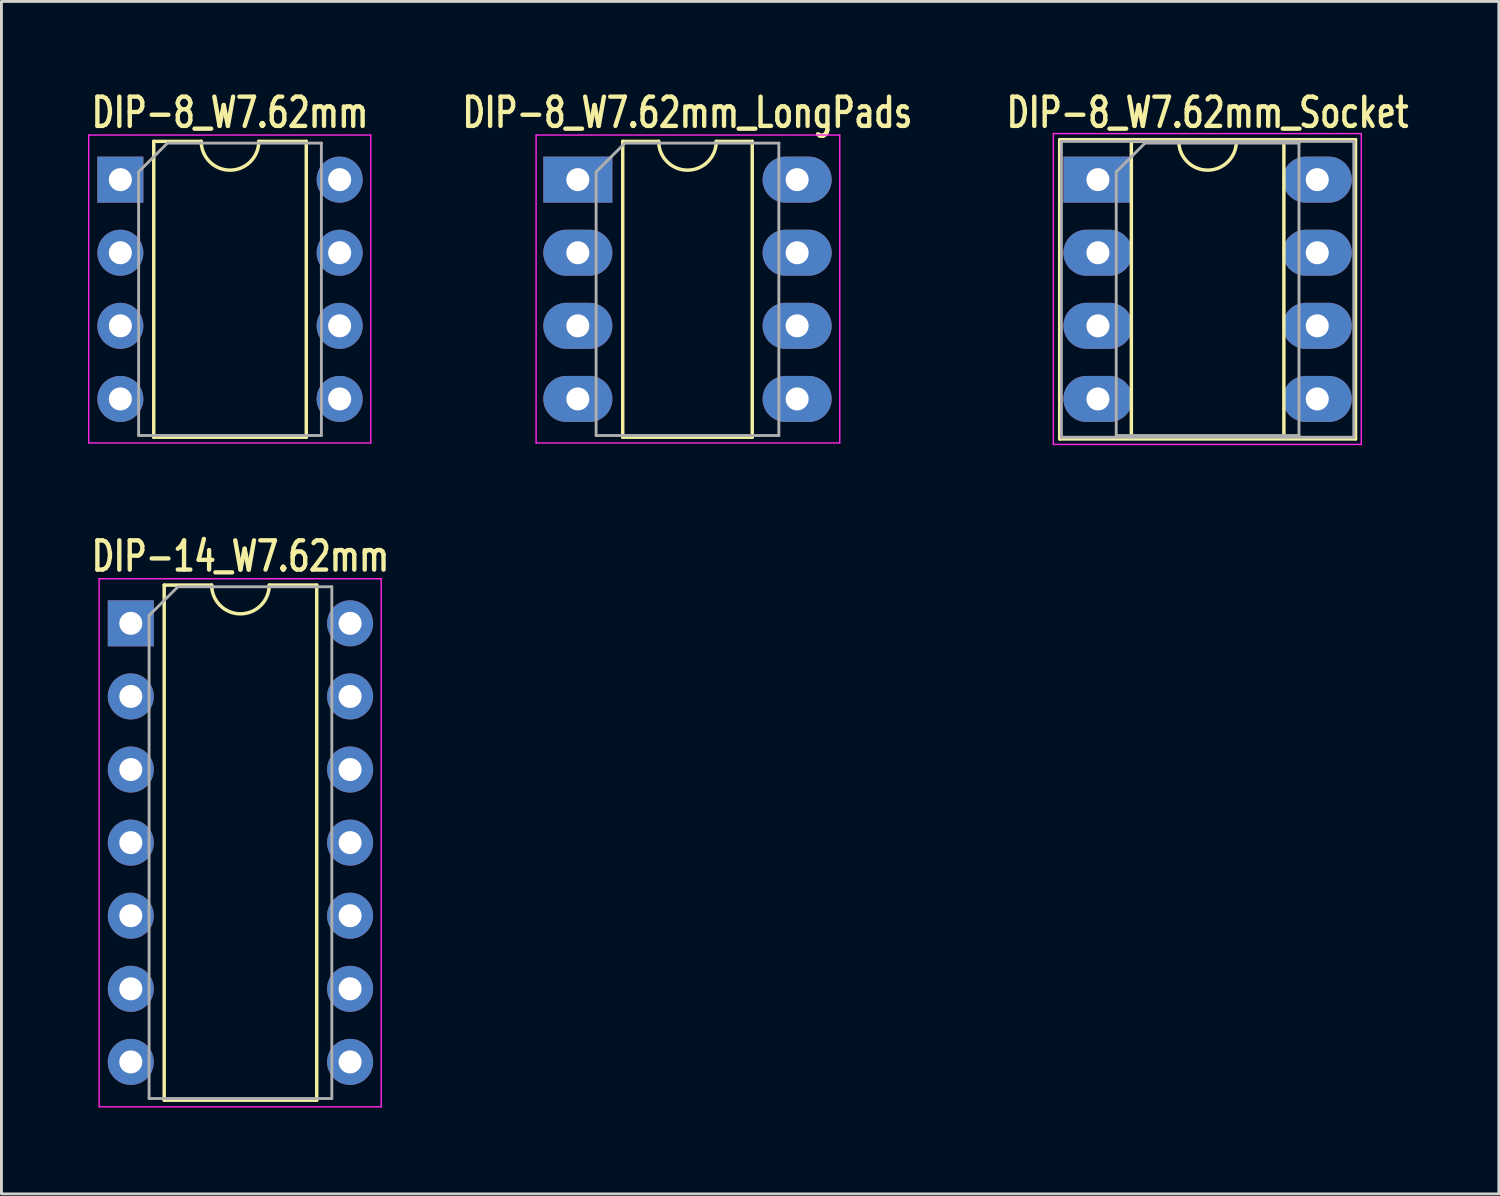
<source format=kicad_pcb>
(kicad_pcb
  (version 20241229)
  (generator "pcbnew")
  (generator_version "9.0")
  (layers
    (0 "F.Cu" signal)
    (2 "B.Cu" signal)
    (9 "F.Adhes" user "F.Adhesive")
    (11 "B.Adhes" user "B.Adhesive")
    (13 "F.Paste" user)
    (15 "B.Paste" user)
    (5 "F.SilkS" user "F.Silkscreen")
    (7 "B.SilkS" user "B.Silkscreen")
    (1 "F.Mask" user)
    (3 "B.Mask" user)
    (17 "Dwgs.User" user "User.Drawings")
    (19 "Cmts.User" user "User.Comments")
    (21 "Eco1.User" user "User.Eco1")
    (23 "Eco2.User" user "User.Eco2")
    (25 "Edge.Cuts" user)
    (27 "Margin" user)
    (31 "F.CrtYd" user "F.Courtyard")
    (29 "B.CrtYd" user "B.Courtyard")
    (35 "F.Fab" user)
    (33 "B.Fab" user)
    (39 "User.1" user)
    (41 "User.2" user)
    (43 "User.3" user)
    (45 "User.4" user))
  (footprint "DIP-8_W7.62mm"
    (layer "F.Cu")
    (at 1.132 3.192)
    (property "Reference" "DIP-8_W7.62mm" (at 3.81 -2.33 0) (layer "F.SilkS") (effects (font (size 1.016 0.762) (thickness 0.152))))
    (attr through_hole)
    (fp_line (start 1.16 -1.33) (end 1.16 8.95) (stroke (width 0.12) (type solid)) (layer "F.SilkS"))
    (fp_line (start 1.16 8.95) (end 6.46 8.95) (stroke (width 0.12) (type solid)) (layer "F.SilkS"))
    (fp_line (start 2.81 -1.33) (end 1.16 -1.33) (stroke (width 0.12) (type solid)) (layer "F.SilkS"))
    (fp_line (start 6.46 -1.33) (end 4.81 -1.33) (stroke (width 0.12) (type solid)) (layer "F.SilkS"))
    (fp_line (start 6.46 8.95) (end 6.46 -1.33) (stroke (width 0.12) (type solid)) (layer "F.SilkS"))
    (fp_arc (start 4.81 -1.33) (mid 3.81 -0.33) (end 2.81 -1.33) (stroke (width 0.12) (type solid)) (layer "F.SilkS"))
    (fp_line (start -1.1 -1.55) (end -1.1 9.15) (stroke (width 0.05) (type solid)) (layer "F.CrtYd"))
    (fp_line (start -1.1 9.15) (end 8.7 9.15) (stroke (width 0.05) (type solid)) (layer "F.CrtYd"))
    (fp_line (start 8.7 -1.55) (end -1.1 -1.55) (stroke (width 0.05) (type solid)) (layer "F.CrtYd"))
    (fp_line (start 8.7 9.15) (end 8.7 -1.55) (stroke (width 0.05) (type solid)) (layer "F.CrtYd"))
    (fp_line (start 0.635 -0.27) (end 1.635 -1.27) (stroke (width 0.1) (type solid)) (layer "F.Fab"))
    (fp_line (start 0.635 8.89) (end 0.635 -0.27) (stroke (width 0.1) (type solid)) (layer "F.Fab"))
    (fp_line (start 1.635 -1.27) (end 6.985 -1.27) (stroke (width 0.1) (type solid)) (layer "F.Fab"))
    (fp_line (start 6.985 -1.27) (end 6.985 8.89) (stroke (width 0.1) (type solid)) (layer "F.Fab"))
    (fp_line (start 6.985 8.89) (end 0.635 8.89) (stroke (width 0.1) (type solid)) (layer "F.Fab"))
    (pad "1" thru_hole rect (at 0 0) (size 1.6 1.6) (drill 0.8) (layers "*.Cu" "*.Mask"))
    (pad "2" thru_hole oval (at 0 2.54) (size 1.6 1.6) (drill 0.8) (layers "*.Cu" "*.Mask"))
    (pad "3" thru_hole oval (at 0 5.08) (size 1.6 1.6) (drill 0.8) (layers "*.Cu" "*.Mask"))
    (pad "4" thru_hole oval (at 0 7.62) (size 1.6 1.6) (drill 0.8) (layers "*.Cu" "*.Mask"))
    (pad "5" thru_hole oval (at 7.62 7.62) (size 1.6 1.6) (drill 0.8) (layers "*.Cu" "*.Mask"))
    (pad "6" thru_hole oval (at 7.62 5.08) (size 1.6 1.6) (drill 0.8) (layers "*.Cu" "*.Mask"))
    (pad "7" thru_hole oval (at 7.62 2.54) (size 1.6 1.6) (drill 0.8) (layers "*.Cu" "*.Mask"))
    (pad "8" thru_hole oval (at 7.62 0) (size 1.6 1.6) (drill 0.8) (layers "*.Cu" "*.Mask")))
  (footprint "DIP-8_W7.62mm_LongPads"
    (layer "F.Cu")
    (at 17.028 3.192)
    (property "Reference" "DIP-8_W7.62mm_LongPads" (at 3.81 -2.33 0) (layer "F.SilkS") (effects (font (size 1.016 0.762) (thickness 0.152))))
    (attr through_hole)
    (fp_line (start 1.56 -1.33) (end 1.56 8.95) (stroke (width 0.12) (type solid)) (layer "F.SilkS"))
    (fp_line (start 1.56 8.95) (end 6.06 8.95) (stroke (width 0.12) (type solid)) (layer "F.SilkS"))
    (fp_line (start 2.81 -1.33) (end 1.56 -1.33) (stroke (width 0.12) (type solid)) (layer "F.SilkS"))
    (fp_line (start 6.06 -1.33) (end 4.81 -1.33) (stroke (width 0.12) (type solid)) (layer "F.SilkS"))
    (fp_line (start 6.06 8.95) (end 6.06 -1.33) (stroke (width 0.12) (type solid)) (layer "F.SilkS"))
    (fp_arc (start 4.81 -1.33) (mid 3.81 -0.33) (end 2.81 -1.33) (stroke (width 0.12) (type solid)) (layer "F.SilkS"))
    (fp_line (start -1.45 -1.55) (end -1.45 9.15) (stroke (width 0.05) (type solid)) (layer "F.CrtYd"))
    (fp_line (start -1.45 9.15) (end 9.1 9.15) (stroke (width 0.05) (type solid)) (layer "F.CrtYd"))
    (fp_line (start 9.1 -1.55) (end -1.45 -1.55) (stroke (width 0.05) (type solid)) (layer "F.CrtYd"))
    (fp_line (start 9.1 9.15) (end 9.1 -1.55) (stroke (width 0.05) (type solid)) (layer "F.CrtYd"))
    (fp_line (start 0.635 -0.27) (end 1.635 -1.27) (stroke (width 0.1) (type solid)) (layer "F.Fab"))
    (fp_line (start 0.635 8.89) (end 0.635 -0.27) (stroke (width 0.1) (type solid)) (layer "F.Fab"))
    (fp_line (start 1.635 -1.27) (end 6.985 -1.27) (stroke (width 0.1) (type solid)) (layer "F.Fab"))
    (fp_line (start 6.985 -1.27) (end 6.985 8.89) (stroke (width 0.1) (type solid)) (layer "F.Fab"))
    (fp_line (start 6.985 8.89) (end 0.635 8.89) (stroke (width 0.1) (type solid)) (layer "F.Fab"))
    (pad "1" thru_hole rect (at 0 0) (size 2.4 1.6) (drill 0.8) (layers "*.Cu" "*.Mask"))
    (pad "2" thru_hole oval (at 0 2.54) (size 2.4 1.6) (drill 0.8) (layers "*.Cu" "*.Mask"))
    (pad "3" thru_hole oval (at 0 5.08) (size 2.4 1.6) (drill 0.8) (layers "*.Cu" "*.Mask"))
    (pad "4" thru_hole oval (at 0 7.62) (size 2.4 1.6) (drill 0.8) (layers "*.Cu" "*.Mask"))
    (pad "5" thru_hole oval (at 7.62 7.62) (size 2.4 1.6) (drill 0.8) (layers "*.Cu" "*.Mask"))
    (pad "6" thru_hole oval (at 7.62 5.08) (size 2.4 1.6) (drill 0.8) (layers "*.Cu" "*.Mask"))
    (pad "7" thru_hole oval (at 7.62 2.54) (size 2.4 1.6) (drill 0.8) (layers "*.Cu" "*.Mask"))
    (pad "8" thru_hole oval (at 7.62 0) (size 2.4 1.6) (drill 0.8) (layers "*.Cu" "*.Mask")))
  (footprint "DIP-14_W7.62mm"
    (layer "F.Cu")
    (at 1.495 18.609)
    (property "Reference" "DIP-14_W7.62mm" (at 3.81 -2.33 0) (layer "F.SilkS") (effects (font (size 1.016 0.762) (thickness 0.152))))
    (attr through_hole)
    (fp_line (start 1.16 -1.33) (end 1.16 16.57) (stroke (width 0.12) (type solid)) (layer "F.SilkS"))
    (fp_line (start 1.16 16.57) (end 6.46 16.57) (stroke (width 0.12) (type solid)) (layer "F.SilkS"))
    (fp_line (start 2.81 -1.33) (end 1.16 -1.33) (stroke (width 0.12) (type solid)) (layer "F.SilkS"))
    (fp_line (start 6.46 -1.33) (end 4.81 -1.33) (stroke (width 0.12) (type solid)) (layer "F.SilkS"))
    (fp_line (start 6.46 16.57) (end 6.46 -1.33) (stroke (width 0.12) (type solid)) (layer "F.SilkS"))
    (fp_arc (start 4.81 -1.33) (mid 3.81 -0.33) (end 2.81 -1.33) (stroke (width 0.12) (type solid)) (layer "F.SilkS"))
    (fp_line (start -1.1 -1.55) (end -1.1 16.8) (stroke (width 0.05) (type solid)) (layer "F.CrtYd"))
    (fp_line (start -1.1 16.8) (end 8.7 16.8) (stroke (width 0.05) (type solid)) (layer "F.CrtYd"))
    (fp_line (start 8.7 -1.55) (end -1.1 -1.55) (stroke (width 0.05) (type solid)) (layer "F.CrtYd"))
    (fp_line (start 8.7 16.8) (end 8.7 -1.55) (stroke (width 0.05) (type solid)) (layer "F.CrtYd"))
    (fp_line (start 0.635 -0.27) (end 1.635 -1.27) (stroke (width 0.1) (type solid)) (layer "F.Fab"))
    (fp_line (start 0.635 16.51) (end 0.635 -0.27) (stroke (width 0.1) (type solid)) (layer "F.Fab"))
    (fp_line (start 1.635 -1.27) (end 6.985 -1.27) (stroke (width 0.1) (type solid)) (layer "F.Fab"))
    (fp_line (start 6.985 -1.27) (end 6.985 16.51) (stroke (width 0.1) (type solid)) (layer "F.Fab"))
    (fp_line (start 6.985 16.51) (end 0.635 16.51) (stroke (width 0.1) (type solid)) (layer "F.Fab"))
    (pad "1" thru_hole rect (at 0 0) (size 1.6 1.6) (drill 0.8) (layers "*.Cu" "*.Mask"))
    (pad "2" thru_hole oval (at 0 2.54) (size 1.6 1.6) (drill 0.8) (layers "*.Cu" "*.Mask"))
    (pad "3" thru_hole oval (at 0 5.08) (size 1.6 1.6) (drill 0.8) (layers "*.Cu" "*.Mask"))
    (pad "4" thru_hole oval (at 0 7.62) (size 1.6 1.6) (drill 0.8) (layers "*.Cu" "*.Mask"))
    (pad "5" thru_hole oval (at 0 10.16) (size 1.6 1.6) (drill 0.8) (layers "*.Cu" "*.Mask"))
    (pad "6" thru_hole oval (at 0 12.7) (size 1.6 1.6) (drill 0.8) (layers "*.Cu" "*.Mask"))
    (pad "7" thru_hole oval (at 0 15.24) (size 1.6 1.6) (drill 0.8) (layers "*.Cu" "*.Mask"))
    (pad "8" thru_hole oval (at 7.62 15.24) (size 1.6 1.6) (drill 0.8) (layers "*.Cu" "*.Mask"))
    (pad "9" thru_hole oval (at 7.62 12.7) (size 1.6 1.6) (drill 0.8) (layers "*.Cu" "*.Mask"))
    (pad "10" thru_hole oval (at 7.62 10.16) (size 1.6 1.6) (drill 0.8) (layers "*.Cu" "*.Mask"))
    (pad "11" thru_hole oval (at 7.62 7.62) (size 1.6 1.6) (drill 0.8) (layers "*.Cu" "*.Mask"))
    (pad "12" thru_hole oval (at 7.62 5.08) (size 1.6 1.6) (drill 0.8) (layers "*.Cu" "*.Mask"))
    (pad "13" thru_hole oval (at 7.62 2.54) (size 1.6 1.6) (drill 0.8) (layers "*.Cu" "*.Mask"))
    (pad "14" thru_hole oval (at 7.62 0) (size 1.6 1.6) (drill 0.8) (layers "*.Cu" "*.Mask")))
  (footprint "DIP-8_W7.62mm_Socket"
    (layer "F.Cu")
    (at 35.101 3.192)
    (property "Reference" "DIP-8_W7.62mm_Socket" (at 3.81 -2.33 0) (layer "F.SilkS") (effects (font (size 1.016 0.762) (thickness 0.152))))
    (attr through_hole)
    (fp_line (start -1.33 -1.39) (end -1.33 9.01) (stroke (width 0.12) (type solid)) (layer "F.SilkS"))
    (fp_line (start -1.33 9.01) (end 8.95 9.01) (stroke (width 0.12) (type solid)) (layer "F.SilkS"))
    (fp_line (start 1.16 -1.33) (end 1.16 8.95) (stroke (width 0.12) (type solid)) (layer "F.SilkS"))
    (fp_line (start 1.16 8.95) (end 6.46 8.95) (stroke (width 0.12) (type solid)) (layer "F.SilkS"))
    (fp_line (start 2.81 -1.33) (end 1.16 -1.33) (stroke (width 0.12) (type solid)) (layer "F.SilkS"))
    (fp_line (start 6.46 -1.33) (end 4.81 -1.33) (stroke (width 0.12) (type solid)) (layer "F.SilkS"))
    (fp_line (start 6.46 8.95) (end 6.46 -1.33) (stroke (width 0.12) (type solid)) (layer "F.SilkS"))
    (fp_line (start 8.95 -1.39) (end -1.33 -1.39) (stroke (width 0.12) (type solid)) (layer "F.SilkS"))
    (fp_line (start 8.95 9.01) (end 8.95 -1.39) (stroke (width 0.12) (type solid)) (layer "F.SilkS"))
    (fp_arc (start 4.81 -1.33) (mid 3.81 -0.33) (end 2.81 -1.33) (stroke (width 0.12) (type solid)) (layer "F.SilkS"))
    (fp_line (start -1.55 -1.6) (end -1.55 9.2) (stroke (width 0.05) (type solid)) (layer "F.CrtYd"))
    (fp_line (start -1.55 9.2) (end 9.15 9.2) (stroke (width 0.05) (type solid)) (layer "F.CrtYd"))
    (fp_line (start 9.15 -1.6) (end -1.55 -1.6) (stroke (width 0.05) (type solid)) (layer "F.CrtYd"))
    (fp_line (start 9.15 9.2) (end 9.15 -1.6) (stroke (width 0.05) (type solid)) (layer "F.CrtYd"))
    (fp_line (start -1.27 -1.33) (end -1.27 8.95) (stroke (width 0.1) (type solid)) (layer "F.Fab"))
    (fp_line (start -1.27 8.95) (end 8.89 8.95) (stroke (width 0.1) (type solid)) (layer "F.Fab"))
    (fp_line (start 0.635 -0.27) (end 1.635 -1.27) (stroke (width 0.1) (type solid)) (layer "F.Fab"))
    (fp_line (start 0.635 8.89) (end 0.635 -0.27) (stroke (width 0.1) (type solid)) (layer "F.Fab"))
    (fp_line (start 1.635 -1.27) (end 6.985 -1.27) (stroke (width 0.1) (type solid)) (layer "F.Fab"))
    (fp_line (start 6.985 -1.27) (end 6.985 8.89) (stroke (width 0.1) (type solid)) (layer "F.Fab"))
    (fp_line (start 6.985 8.89) (end 0.635 8.89) (stroke (width 0.1) (type solid)) (layer "F.Fab"))
    (fp_line (start 8.89 -1.33) (end -1.27 -1.33) (stroke (width 0.1) (type solid)) (layer "F.Fab"))
    (fp_line (start 8.89 8.95) (end 8.89 -1.33) (stroke (width 0.1) (type solid)) (layer "F.Fab"))
    (pad "1" thru_hole rect (at 0 0) (size 2.4 1.6) (drill 0.8) (layers "*.Cu" "*.Mask"))
    (pad "2" thru_hole oval (at 0 2.54) (size 2.4 1.6) (drill 0.8) (layers "*.Cu" "*.Mask"))
    (pad "3" thru_hole oval (at 0 5.08) (size 2.4 1.6) (drill 0.8) (layers "*.Cu" "*.Mask"))
    (pad "4" thru_hole oval (at 0 7.62) (size 2.4 1.6) (drill 0.8) (layers "*.Cu" "*.Mask"))
    (pad "5" thru_hole oval (at 7.62 7.62) (size 2.4 1.6) (drill 0.8) (layers "*.Cu" "*.Mask"))
    (pad "6" thru_hole oval (at 7.62 5.08) (size 2.4 1.6) (drill 0.8) (layers "*.Cu" "*.Mask"))
    (pad "7" thru_hole oval (at 7.62 2.54) (size 2.4 1.6) (drill 0.8) (layers "*.Cu" "*.Mask"))
    (pad "8" thru_hole oval (at 7.62 0) (size 2.4 1.6) (drill 0.8) (layers "*.Cu" "*.Mask")))
  (gr_rect
    (start -3 -3)
    (end 49.03 38.434)
    (stroke (width 0.1) (type default))
    (fill no)
    (layer "Edge.Cuts")))
</source>
